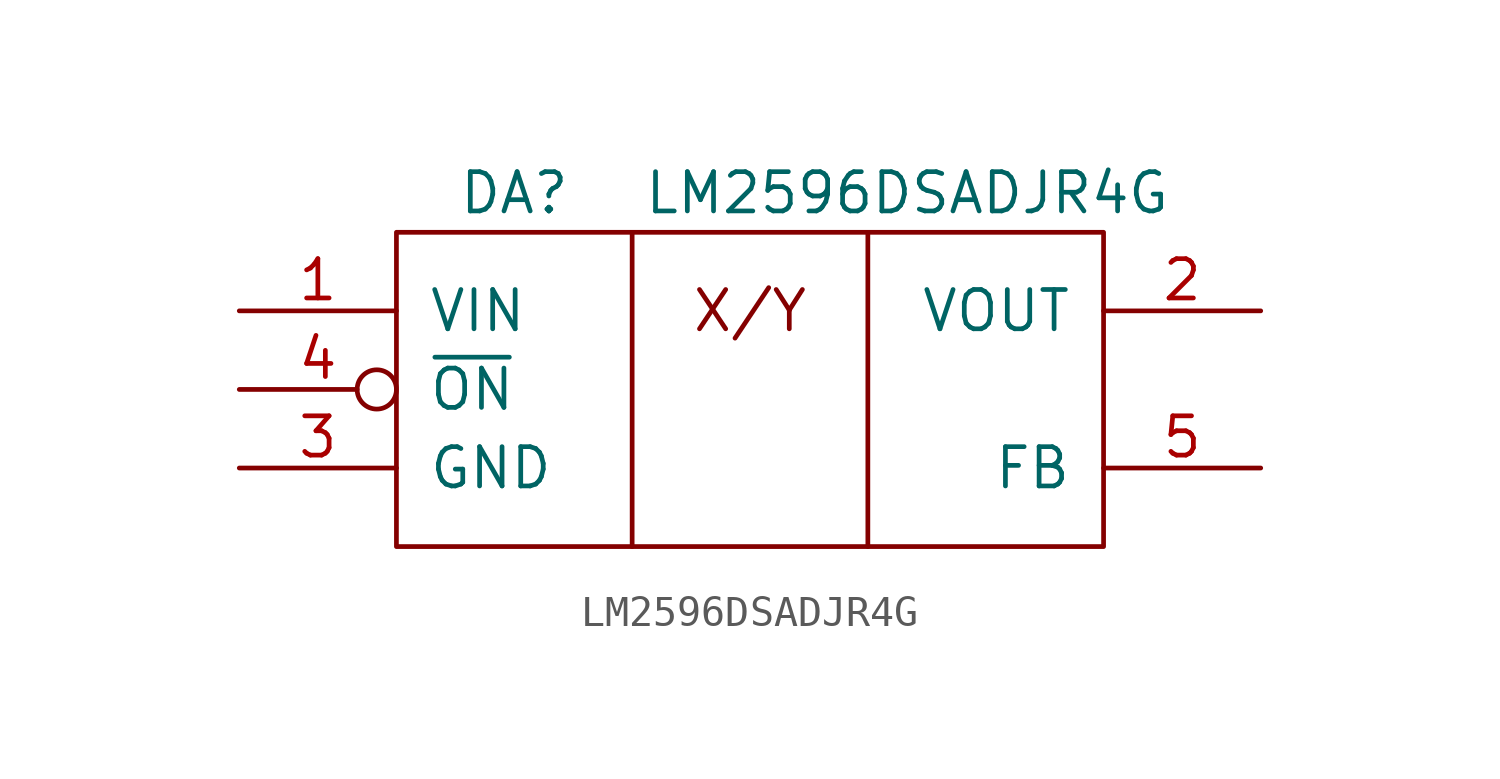
<source format=kicad_sym>
(kicad_symbol_lib
  (version 20220914)
  (generator kicad_symbol_editor)
  (symbol "LM2596DSADJR4G"
    (pin_names
      (offset 1.016))
    (property "Reference" "DA"
      (at 8.89 3.81 0)
      (effects (font (size 1.27 1.27))))
    (property "Value" "LM2596DSADJR4G"
      (at 21.59 3.81 0)
      (effects (font (size 1.27 1.27))))
    (symbol "LM2596DSADJR4G_0_0"
      (text "X/Y" (at 16.51 0 0) (effects (font (size 1.27 1.27)))))
    (symbol "LM2596DSADJR4G_0_1"
      (polyline (pts (xy 12.7 -7.62) (xy 12.7 2.54)) (stroke (width 0) (type default)) (fill (type none)))
      (polyline (pts (xy 20.32 -7.62) (xy 20.32 2.54)) (stroke (width 0) (type default)) (fill (type none)))
      (polyline (pts (xy 5.08 2.54) (xy 27.94 2.54) (xy 27.94 -7.62) (xy 5.08 -7.62) (xy 5.08 2.54)) (stroke (width 0) (type default)) (fill (type none))))
    (symbol "LM2596DSADJR4G_1_1"
      (pin power_in line (at 0 0 0) (length 5.08) (name "VIN" (effects (font (size 1.27 1.27)))) (number "1" (effects (font (size 1.27 1.27)))))
      (pin power_out line (at 33.02 0 180) (length 5.08) (name "VOUT" (effects (font (size 1.27 1.27)))) (number "2" (effects (font (size 1.27 1.27)))))
      (pin power_in line (at 0 -5.08 0) (length 5.08) (name "GND" (effects (font (size 1.27 1.27)))) (number "3" (effects (font (size 1.27 1.27)))))
      (pin input inverted (at 0 -2.54 0) (length 5.08) (name "~{ON}" (effects (font (size 1.27 1.27)))) (number "4" (effects (font (size 1.27 1.27)))))
      (pin input line (at 33.02 -5.08 180) (length 5.08) (name "FB" (effects (font (size 1.27 1.27)))) (number "5" (effects (font (size 1.27 1.27))))))))
</source>
